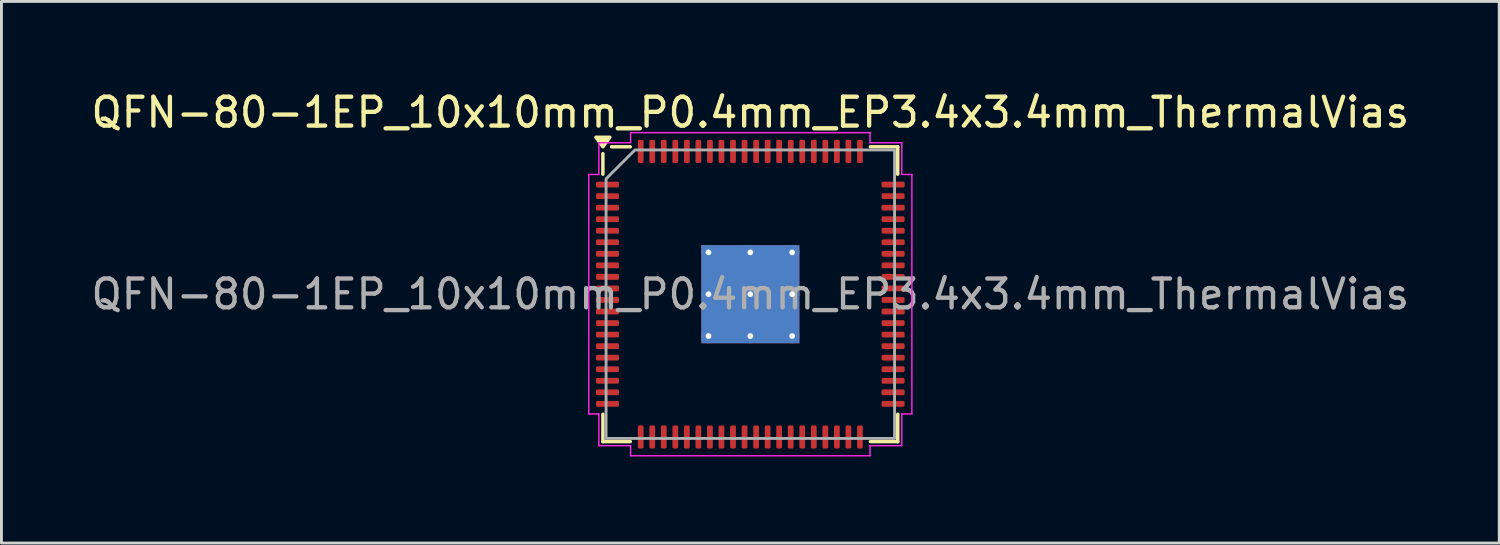
<source format=kicad_pcb>
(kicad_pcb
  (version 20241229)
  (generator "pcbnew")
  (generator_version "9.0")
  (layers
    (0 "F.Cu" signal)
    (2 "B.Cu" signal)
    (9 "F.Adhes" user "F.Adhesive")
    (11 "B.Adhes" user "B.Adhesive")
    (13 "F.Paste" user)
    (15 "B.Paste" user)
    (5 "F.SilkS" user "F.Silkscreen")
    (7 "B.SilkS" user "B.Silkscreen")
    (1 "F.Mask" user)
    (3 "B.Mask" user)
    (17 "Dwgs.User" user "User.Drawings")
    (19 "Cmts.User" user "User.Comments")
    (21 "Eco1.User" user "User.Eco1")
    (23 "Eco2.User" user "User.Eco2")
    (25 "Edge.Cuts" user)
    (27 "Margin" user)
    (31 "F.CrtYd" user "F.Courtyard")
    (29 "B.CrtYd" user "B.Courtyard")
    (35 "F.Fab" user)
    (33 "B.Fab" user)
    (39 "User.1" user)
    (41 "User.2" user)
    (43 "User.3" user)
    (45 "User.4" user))
  (footprint "QFN-80-1EP_10x10mm_P0.4mm_EP3.4x3.4mm_ThermalVias"
    (layer "F.Cu")
    (at 22.958 7.148)
    (property "Reference" "QFN-80-1EP_10x10mm_P0.4mm_EP3.4x3.4mm_ThermalVias" (at 0 -6.3 0) (layer "F.SilkS") (effects (font (size 1 1) (thickness 0.15))))
    (attr smd)
    (fp_line (start -5.11 -4.16) (end -5.11 -4.87) (stroke (width 0.12) (type solid)) (layer "F.SilkS"))
    (fp_line (start -5.11 5.11) (end -5.11 4.16) (stroke (width 0.12) (type solid)) (layer "F.SilkS"))
    (fp_line (start -4.16 -5.11) (end -4.81 -5.11) (stroke (width 0.12) (type solid)) (layer "F.SilkS"))
    (fp_line (start -4.16 5.11) (end -5.11 5.11) (stroke (width 0.12) (type solid)) (layer "F.SilkS"))
    (fp_line (start 4.16 -5.11) (end 5.11 -5.11) (stroke (width 0.12) (type solid)) (layer "F.SilkS"))
    (fp_line (start 4.16 5.11) (end 5.11 5.11) (stroke (width 0.12) (type solid)) (layer "F.SilkS"))
    (fp_line (start 5.11 -5.11) (end 5.11 -4.16) (stroke (width 0.12) (type solid)) (layer "F.SilkS"))
    (fp_line (start 5.11 5.11) (end 5.11 4.16) (stroke (width 0.12) (type solid)) (layer "F.SilkS"))
    (fp_poly (pts (xy -5.11 -5.11) (xy -5.35 -5.44) (xy -4.87 -5.44)) (stroke (width 0.12) (type solid)) (fill yes) (layer "F.SilkS"))
    (fp_line (start -5.6 -4.15) (end -5.25 -4.15) (stroke (width 0.05) (type solid)) (layer "F.CrtYd"))
    (fp_line (start -5.6 4.15) (end -5.6 -4.15) (stroke (width 0.05) (type solid)) (layer "F.CrtYd"))
    (fp_line (start -5.25 -5.25) (end -4.15 -5.25) (stroke (width 0.05) (type solid)) (layer "F.CrtYd"))
    (fp_line (start -5.25 -4.15) (end -5.25 -5.25) (stroke (width 0.05) (type solid)) (layer "F.CrtYd"))
    (fp_line (start -5.25 4.15) (end -5.6 4.15) (stroke (width 0.05) (type solid)) (layer "F.CrtYd"))
    (fp_line (start -5.25 5.25) (end -5.25 4.15) (stroke (width 0.05) (type solid)) (layer "F.CrtYd"))
    (fp_line (start -4.15 -5.6) (end 4.15 -5.6) (stroke (width 0.05) (type solid)) (layer "F.CrtYd"))
    (fp_line (start -4.15 -5.25) (end -4.15 -5.6) (stroke (width 0.05) (type solid)) (layer "F.CrtYd"))
    (fp_line (start -4.15 5.25) (end -5.25 5.25) (stroke (width 0.05) (type solid)) (layer "F.CrtYd"))
    (fp_line (start -4.15 5.6) (end -4.15 5.25) (stroke (width 0.05) (type solid)) (layer "F.CrtYd"))
    (fp_line (start 4.15 -5.6) (end 4.15 -5.25) (stroke (width 0.05) (type solid)) (layer "F.CrtYd"))
    (fp_line (start 4.15 -5.25) (end 5.25 -5.25) (stroke (width 0.05) (type solid)) (layer "F.CrtYd"))
    (fp_line (start 4.15 5.25) (end 4.15 5.6) (stroke (width 0.05) (type solid)) (layer "F.CrtYd"))
    (fp_line (start 4.15 5.6) (end -4.15 5.6) (stroke (width 0.05) (type solid)) (layer "F.CrtYd"))
    (fp_line (start 5.25 -5.25) (end 5.25 -4.15) (stroke (width 0.05) (type solid)) (layer "F.CrtYd"))
    (fp_line (start 5.25 -4.15) (end 5.6 -4.15) (stroke (width 0.05) (type solid)) (layer "F.CrtYd"))
    (fp_line (start 5.25 4.15) (end 5.25 5.25) (stroke (width 0.05) (type solid)) (layer "F.CrtYd"))
    (fp_line (start 5.25 5.25) (end 4.15 5.25) (stroke (width 0.05) (type solid)) (layer "F.CrtYd"))
    (fp_line (start 5.6 -4.15) (end 5.6 4.15) (stroke (width 0.05) (type solid)) (layer "F.CrtYd"))
    (fp_line (start 5.6 4.15) (end 5.25 4.15) (stroke (width 0.05) (type solid)) (layer "F.CrtYd"))
    (fp_poly (pts (xy -5 -4) (xy -5 5) (xy 5 5) (xy 5 -5) (xy -4 -5)) (stroke (width 0.1) (type solid)) (fill no) (layer "F.Fab"))
    (fp_text user "${REFERENCE}" (at 0 0 0) (layer "F.Fab") (effects (font (size 1 1) (thickness 0.15))))
    (pad "" smd roundrect (at -1.36 -1.36) (size 0.53 0.53) (layers "F.Paste") (roundrect_rratio 0.25))
    (pad "" smd roundrect (at -1.36 -0.68) (size 0.53 0.53) (layers "F.Paste") (roundrect_rratio 0.25))
    (pad "" smd roundrect (at -1.36 0) (size 0.53 0.53) (layers "F.Paste") (roundrect_rratio 0.25))
    (pad "" smd roundrect (at -1.36 0.68) (size 0.53 0.53) (layers "F.Paste") (roundrect_rratio 0.25))
    (pad "" smd roundrect (at -1.36 1.36) (size 0.53 0.53) (layers "F.Paste") (roundrect_rratio 0.25))
    (pad "" smd roundrect (at -0.68 -1.36) (size 0.53 0.53) (layers "F.Paste") (roundrect_rratio 0.25))
    (pad "" smd roundrect (at -0.68 -0.68) (size 0.53 0.53) (layers "F.Paste") (roundrect_rratio 0.25))
    (pad "" smd roundrect (at -0.68 0) (size 0.53 0.53) (layers "F.Paste") (roundrect_rratio 0.25))
    (pad "" smd roundrect (at -0.68 0.68) (size 0.53 0.53) (layers "F.Paste") (roundrect_rratio 0.25))
    (pad "" smd roundrect (at -0.68 1.36) (size 0.53 0.53) (layers "F.Paste") (roundrect_rratio 0.25))
    (pad "" smd roundrect (at 0 -1.36) (size 0.53 0.53) (layers "F.Paste") (roundrect_rratio 0.25))
    (pad "" smd roundrect (at 0 -0.68) (size 0.53 0.53) (layers "F.Paste") (roundrect_rratio 0.25))
    (pad "" smd roundrect (at 0 0) (size 0.53 0.53) (layers "F.Paste") (roundrect_rratio 0.25))
    (pad "" smd roundrect (at 0 0.68) (size 0.53 0.53) (layers "F.Paste") (roundrect_rratio 0.25))
    (pad "" smd roundrect (at 0 1.36) (size 0.53 0.53) (layers "F.Paste") (roundrect_rratio 0.25))
    (pad "" smd roundrect (at 0.68 -1.36) (size 0.53 0.53) (layers "F.Paste") (roundrect_rratio 0.25))
    (pad "" smd roundrect (at 0.68 -0.68) (size 0.53 0.53) (layers "F.Paste") (roundrect_rratio 0.25))
    (pad "" smd roundrect (at 0.68 0) (size 0.53 0.53) (layers "F.Paste") (roundrect_rratio 0.25))
    (pad "" smd roundrect (at 0.68 0.68) (size 0.53 0.53) (layers "F.Paste") (roundrect_rratio 0.25))
    (pad "" smd roundrect (at 0.68 1.36) (size 0.53 0.53) (layers "F.Paste") (roundrect_rratio 0.25))
    (pad "" smd roundrect (at 1.36 -1.36) (size 0.53 0.53) (layers "F.Paste") (roundrect_rratio 0.25))
    (pad "" smd roundrect (at 1.36 -0.68) (size 0.53 0.53) (layers "F.Paste") (roundrect_rratio 0.25))
    (pad "" smd roundrect (at 1.36 0) (size 0.53 0.53) (layers "F.Paste") (roundrect_rratio 0.25))
    (pad "" smd roundrect (at 1.36 0.68) (size 0.53 0.53) (layers "F.Paste") (roundrect_rratio 0.25))
    (pad "" smd roundrect (at 1.36 1.36) (size 0.53 0.53) (layers "F.Paste") (roundrect_rratio 0.25))
    (pad "1" smd roundrect (at -4.95 -3.8) (size 0.8 0.2) (layers "F.Cu" "F.Mask" "F.Paste") (roundrect_rratio 0.25))
    (pad "2" smd roundrect (at -4.95 -3.4) (size 0.8 0.2) (layers "F.Cu" "F.Mask" "F.Paste") (roundrect_rratio 0.25))
    (pad "3" smd roundrect (at -4.95 -3) (size 0.8 0.2) (layers "F.Cu" "F.Mask" "F.Paste") (roundrect_rratio 0.25))
    (pad "4" smd roundrect (at -4.95 -2.6) (size 0.8 0.2) (layers "F.Cu" "F.Mask" "F.Paste") (roundrect_rratio 0.25))
    (pad "5" smd roundrect (at -4.95 -2.2) (size 0.8 0.2) (layers "F.Cu" "F.Mask" "F.Paste") (roundrect_rratio 0.25))
    (pad "6" smd roundrect (at -4.95 -1.8) (size 0.8 0.2) (layers "F.Cu" "F.Mask" "F.Paste") (roundrect_rratio 0.25))
    (pad "7" smd roundrect (at -4.95 -1.4) (size 0.8 0.2) (layers "F.Cu" "F.Mask" "F.Paste") (roundrect_rratio 0.25))
    (pad "8" smd roundrect (at -4.95 -1) (size 0.8 0.2) (layers "F.Cu" "F.Mask" "F.Paste") (roundrect_rratio 0.25))
    (pad "9" smd roundrect (at -4.95 -0.6) (size 0.8 0.2) (layers "F.Cu" "F.Mask" "F.Paste") (roundrect_rratio 0.25))
    (pad "10" smd roundrect (at -4.95 -0.2) (size 0.8 0.2) (layers "F.Cu" "F.Mask" "F.Paste") (roundrect_rratio 0.25))
    (pad "11" smd roundrect (at -4.95 0.2) (size 0.8 0.2) (layers "F.Cu" "F.Mask" "F.Paste") (roundrect_rratio 0.25))
    (pad "12" smd roundrect (at -4.95 0.6) (size 0.8 0.2) (layers "F.Cu" "F.Mask" "F.Paste") (roundrect_rratio 0.25))
    (pad "13" smd roundrect (at -4.95 1) (size 0.8 0.2) (layers "F.Cu" "F.Mask" "F.Paste") (roundrect_rratio 0.25))
    (pad "14" smd roundrect (at -4.95 1.4) (size 0.8 0.2) (layers "F.Cu" "F.Mask" "F.Paste") (roundrect_rratio 0.25))
    (pad "15" smd roundrect (at -4.95 1.8) (size 0.8 0.2) (layers "F.Cu" "F.Mask" "F.Paste") (roundrect_rratio 0.25))
    (pad "16" smd roundrect (at -4.95 2.2) (size 0.8 0.2) (layers "F.Cu" "F.Mask" "F.Paste") (roundrect_rratio 0.25))
    (pad "17" smd roundrect (at -4.95 2.6) (size 0.8 0.2) (layers "F.Cu" "F.Mask" "F.Paste") (roundrect_rratio 0.25))
    (pad "18" smd roundrect (at -4.95 3) (size 0.8 0.2) (layers "F.Cu" "F.Mask" "F.Paste") (roundrect_rratio 0.25))
    (pad "19" smd roundrect (at -4.95 3.4) (size 0.8 0.2) (layers "F.Cu" "F.Mask" "F.Paste") (roundrect_rratio 0.25))
    (pad "20" smd roundrect (at -4.95 3.8) (size 0.8 0.2) (layers "F.Cu" "F.Mask" "F.Paste") (roundrect_rratio 0.25))
    (pad "21" smd roundrect (at -3.8 4.95) (size 0.2 0.8) (layers "F.Cu" "F.Mask" "F.Paste") (roundrect_rratio 0.25))
    (pad "22" smd roundrect (at -3.4 4.95) (size 0.2 0.8) (layers "F.Cu" "F.Mask" "F.Paste") (roundrect_rratio 0.25))
    (pad "23" smd roundrect (at -3 4.95) (size 0.2 0.8) (layers "F.Cu" "F.Mask" "F.Paste") (roundrect_rratio 0.25))
    (pad "24" smd roundrect (at -2.6 4.95) (size 0.2 0.8) (layers "F.Cu" "F.Mask" "F.Paste") (roundrect_rratio 0.25))
    (pad "25" smd roundrect (at -2.2 4.95) (size 0.2 0.8) (layers "F.Cu" "F.Mask" "F.Paste") (roundrect_rratio 0.25))
    (pad "26" smd roundrect (at -1.8 4.95) (size 0.2 0.8) (layers "F.Cu" "F.Mask" "F.Paste") (roundrect_rratio 0.25))
    (pad "27" smd roundrect (at -1.4 4.95) (size 0.2 0.8) (layers "F.Cu" "F.Mask" "F.Paste") (roundrect_rratio 0.25))
    (pad "28" smd roundrect (at -1 4.95) (size 0.2 0.8) (layers "F.Cu" "F.Mask" "F.Paste") (roundrect_rratio 0.25))
    (pad "29" smd roundrect (at -0.6 4.95) (size 0.2 0.8) (layers "F.Cu" "F.Mask" "F.Paste") (roundrect_rratio 0.25))
    (pad "30" smd roundrect (at -0.2 4.95) (size 0.2 0.8) (layers "F.Cu" "F.Mask" "F.Paste") (roundrect_rratio 0.25))
    (pad "31" smd roundrect (at 0.2 4.95) (size 0.2 0.8) (layers "F.Cu" "F.Mask" "F.Paste") (roundrect_rratio 0.25))
    (pad "32" smd roundrect (at 0.6 4.95) (size 0.2 0.8) (layers "F.Cu" "F.Mask" "F.Paste") (roundrect_rratio 0.25))
    (pad "33" smd roundrect (at 1 4.95) (size 0.2 0.8) (layers "F.Cu" "F.Mask" "F.Paste") (roundrect_rratio 0.25))
    (pad "34" smd roundrect (at 1.4 4.95) (size 0.2 0.8) (layers "F.Cu" "F.Mask" "F.Paste") (roundrect_rratio 0.25))
    (pad "35" smd roundrect (at 1.8 4.95) (size 0.2 0.8) (layers "F.Cu" "F.Mask" "F.Paste") (roundrect_rratio 0.25))
    (pad "36" smd roundrect (at 2.2 4.95) (size 0.2 0.8) (layers "F.Cu" "F.Mask" "F.Paste") (roundrect_rratio 0.25))
    (pad "37" smd roundrect (at 2.6 4.95) (size 0.2 0.8) (layers "F.Cu" "F.Mask" "F.Paste") (roundrect_rratio 0.25))
    (pad "38" smd roundrect (at 3 4.95) (size 0.2 0.8) (layers "F.Cu" "F.Mask" "F.Paste") (roundrect_rratio 0.25))
    (pad "39" smd roundrect (at 3.4 4.95) (size 0.2 0.8) (layers "F.Cu" "F.Mask" "F.Paste") (roundrect_rratio 0.25))
    (pad "40" smd roundrect (at 3.8 4.95) (size 0.2 0.8) (layers "F.Cu" "F.Mask" "F.Paste") (roundrect_rratio 0.25))
    (pad "41" smd roundrect (at 4.95 3.8) (size 0.8 0.2) (layers "F.Cu" "F.Mask" "F.Paste") (roundrect_rratio 0.25))
    (pad "42" smd roundrect (at 4.95 3.4) (size 0.8 0.2) (layers "F.Cu" "F.Mask" "F.Paste") (roundrect_rratio 0.25))
    (pad "43" smd roundrect (at 4.95 3) (size 0.8 0.2) (layers "F.Cu" "F.Mask" "F.Paste") (roundrect_rratio 0.25))
    (pad "44" smd roundrect (at 4.95 2.6) (size 0.8 0.2) (layers "F.Cu" "F.Mask" "F.Paste") (roundrect_rratio 0.25))
    (pad "45" smd roundrect (at 4.95 2.2) (size 0.8 0.2) (layers "F.Cu" "F.Mask" "F.Paste") (roundrect_rratio 0.25))
    (pad "46" smd roundrect (at 4.95 1.8) (size 0.8 0.2) (layers "F.Cu" "F.Mask" "F.Paste") (roundrect_rratio 0.25))
    (pad "47" smd roundrect (at 4.95 1.4) (size 0.8 0.2) (layers "F.Cu" "F.Mask" "F.Paste") (roundrect_rratio 0.25))
    (pad "48" smd roundrect (at 4.95 1) (size 0.8 0.2) (layers "F.Cu" "F.Mask" "F.Paste") (roundrect_rratio 0.25))
    (pad "49" smd roundrect (at 4.95 0.6) (size 0.8 0.2) (layers "F.Cu" "F.Mask" "F.Paste") (roundrect_rratio 0.25))
    (pad "50" smd roundrect (at 4.95 0.2) (size 0.8 0.2) (layers "F.Cu" "F.Mask" "F.Paste") (roundrect_rratio 0.25))
    (pad "51" smd roundrect (at 4.95 -0.2) (size 0.8 0.2) (layers "F.Cu" "F.Mask" "F.Paste") (roundrect_rratio 0.25))
    (pad "52" smd roundrect (at 4.95 -0.6) (size 0.8 0.2) (layers "F.Cu" "F.Mask" "F.Paste") (roundrect_rratio 0.25))
    (pad "53" smd roundrect (at 4.95 -1) (size 0.8 0.2) (layers "F.Cu" "F.Mask" "F.Paste") (roundrect_rratio 0.25))
    (pad "54" smd roundrect (at 4.95 -1.4) (size 0.8 0.2) (layers "F.Cu" "F.Mask" "F.Paste") (roundrect_rratio 0.25))
    (pad "55" smd roundrect (at 4.95 -1.8) (size 0.8 0.2) (layers "F.Cu" "F.Mask" "F.Paste") (roundrect_rratio 0.25))
    (pad "56" smd roundrect (at 4.95 -2.2) (size 0.8 0.2) (layers "F.Cu" "F.Mask" "F.Paste") (roundrect_rratio 0.25))
    (pad "57" smd roundrect (at 4.95 -2.6) (size 0.8 0.2) (layers "F.Cu" "F.Mask" "F.Paste") (roundrect_rratio 0.25))
    (pad "58" smd roundrect (at 4.95 -3) (size 0.8 0.2) (layers "F.Cu" "F.Mask" "F.Paste") (roundrect_rratio 0.25))
    (pad "59" smd roundrect (at 4.95 -3.4) (size 0.8 0.2) (layers "F.Cu" "F.Mask" "F.Paste") (roundrect_rratio 0.25))
    (pad "60" smd roundrect (at 4.95 -3.8) (size 0.8 0.2) (layers "F.Cu" "F.Mask" "F.Paste") (roundrect_rratio 0.25))
    (pad "61" smd roundrect (at 3.8 -4.95) (size 0.2 0.8) (layers "F.Cu" "F.Mask" "F.Paste") (roundrect_rratio 0.25))
    (pad "62" smd roundrect (at 3.4 -4.95) (size 0.2 0.8) (layers "F.Cu" "F.Mask" "F.Paste") (roundrect_rratio 0.25))
    (pad "63" smd roundrect (at 3 -4.95) (size 0.2 0.8) (layers "F.Cu" "F.Mask" "F.Paste") (roundrect_rratio 0.25))
    (pad "64" smd roundrect (at 2.6 -4.95) (size 0.2 0.8) (layers "F.Cu" "F.Mask" "F.Paste") (roundrect_rratio 0.25))
    (pad "65" smd roundrect (at 2.2 -4.95) (size 0.2 0.8) (layers "F.Cu" "F.Mask" "F.Paste") (roundrect_rratio 0.25))
    (pad "66" smd roundrect (at 1.8 -4.95) (size 0.2 0.8) (layers "F.Cu" "F.Mask" "F.Paste") (roundrect_rratio 0.25))
    (pad "67" smd roundrect (at 1.4 -4.95) (size 0.2 0.8) (layers "F.Cu" "F.Mask" "F.Paste") (roundrect_rratio 0.25))
    (pad "68" smd roundrect (at 1 -4.95) (size 0.2 0.8) (layers "F.Cu" "F.Mask" "F.Paste") (roundrect_rratio 0.25))
    (pad "69" smd roundrect (at 0.6 -4.95) (size 0.2 0.8) (layers "F.Cu" "F.Mask" "F.Paste") (roundrect_rratio 0.25))
    (pad "70" smd roundrect (at 0.2 -4.95) (size 0.2 0.8) (layers "F.Cu" "F.Mask" "F.Paste") (roundrect_rratio 0.25))
    (pad "71" smd roundrect (at -0.2 -4.95) (size 0.2 0.8) (layers "F.Cu" "F.Mask" "F.Paste") (roundrect_rratio 0.25))
    (pad "72" smd roundrect (at -0.6 -4.95) (size 0.2 0.8) (layers "F.Cu" "F.Mask" "F.Paste") (roundrect_rratio 0.25))
    (pad "73" smd roundrect (at -1 -4.95) (size 0.2 0.8) (layers "F.Cu" "F.Mask" "F.Paste") (roundrect_rratio 0.25))
    (pad "74" smd roundrect (at -1.4 -4.95) (size 0.2 0.8) (layers "F.Cu" "F.Mask" "F.Paste") (roundrect_rratio 0.25))
    (pad "75" smd roundrect (at -1.8 -4.95) (size 0.2 0.8) (layers "F.Cu" "F.Mask" "F.Paste") (roundrect_rratio 0.25))
    (pad "76" smd roundrect (at -2.2 -4.95) (size 0.2 0.8) (layers "F.Cu" "F.Mask" "F.Paste") (roundrect_rratio 0.25))
    (pad "77" smd roundrect (at -2.6 -4.95) (size 0.2 0.8) (layers "F.Cu" "F.Mask" "F.Paste") (roundrect_rratio 0.25))
    (pad "78" smd roundrect (at -3 -4.95) (size 0.2 0.8) (layers "F.Cu" "F.Mask" "F.Paste") (roundrect_rratio 0.25))
    (pad "79" smd roundrect (at -3.4 -4.95) (size 0.2 0.8) (layers "F.Cu" "F.Mask" "F.Paste") (roundrect_rratio 0.25))
    (pad "80" smd roundrect (at -3.8 -4.95) (size 0.2 0.8) (layers "F.Cu" "F.Mask" "F.Paste") (roundrect_rratio 0.25))
    (pad "81" thru_hole circle (at -1.45 -1.45) (size 0.5 0.5) (drill 0.2) (property pad_prop_heatsink) (layers "*.Cu"))
    (pad "81" thru_hole circle (at -1.45 0) (size 0.5 0.5) (drill 0.2) (property pad_prop_heatsink) (layers "*.Cu"))
    (pad "81" thru_hole circle (at -1.45 1.45) (size 0.5 0.5) (drill 0.2) (property pad_prop_heatsink) (layers "*.Cu"))
    (pad "81" thru_hole circle (at 0 -1.45) (size 0.5 0.5) (drill 0.2) (property pad_prop_heatsink) (layers "*.Cu"))
    (pad "81" thru_hole circle (at 0 0) (size 0.5 0.5) (drill 0.2) (property pad_prop_heatsink) (layers "*.Cu"))
    (pad "81" smd rect (at 0 0) (size 3.4 3.4) (property pad_prop_heatsink) (layers "F.Cu" "F.Mask"))
    (pad "81" smd rect (at 0 0) (size 3.4 3.4) (property pad_prop_heatsink) (layers "B.Cu"))
    (pad "81" thru_hole circle (at 0 1.45) (size 0.5 0.5) (drill 0.2) (property pad_prop_heatsink) (layers "*.Cu"))
    (pad "81" thru_hole circle (at 1.45 -1.45) (size 0.5 0.5) (drill 0.2) (property pad_prop_heatsink) (layers "*.Cu"))
    (pad "81" thru_hole circle (at 1.45 0) (size 0.5 0.5) (drill 0.2) (property pad_prop_heatsink) (layers "*.Cu"))
    (pad "81" thru_hole circle (at 1.45 1.45) (size 0.5 0.5) (drill 0.2) (property pad_prop_heatsink) (layers "*.Cu")))
  (gr_rect
    (start -3 -3)
    (end 48.917 15.773)
    (stroke (width 0.1) (type default))
    (fill no)
    (layer "Edge.Cuts")))
</source>
